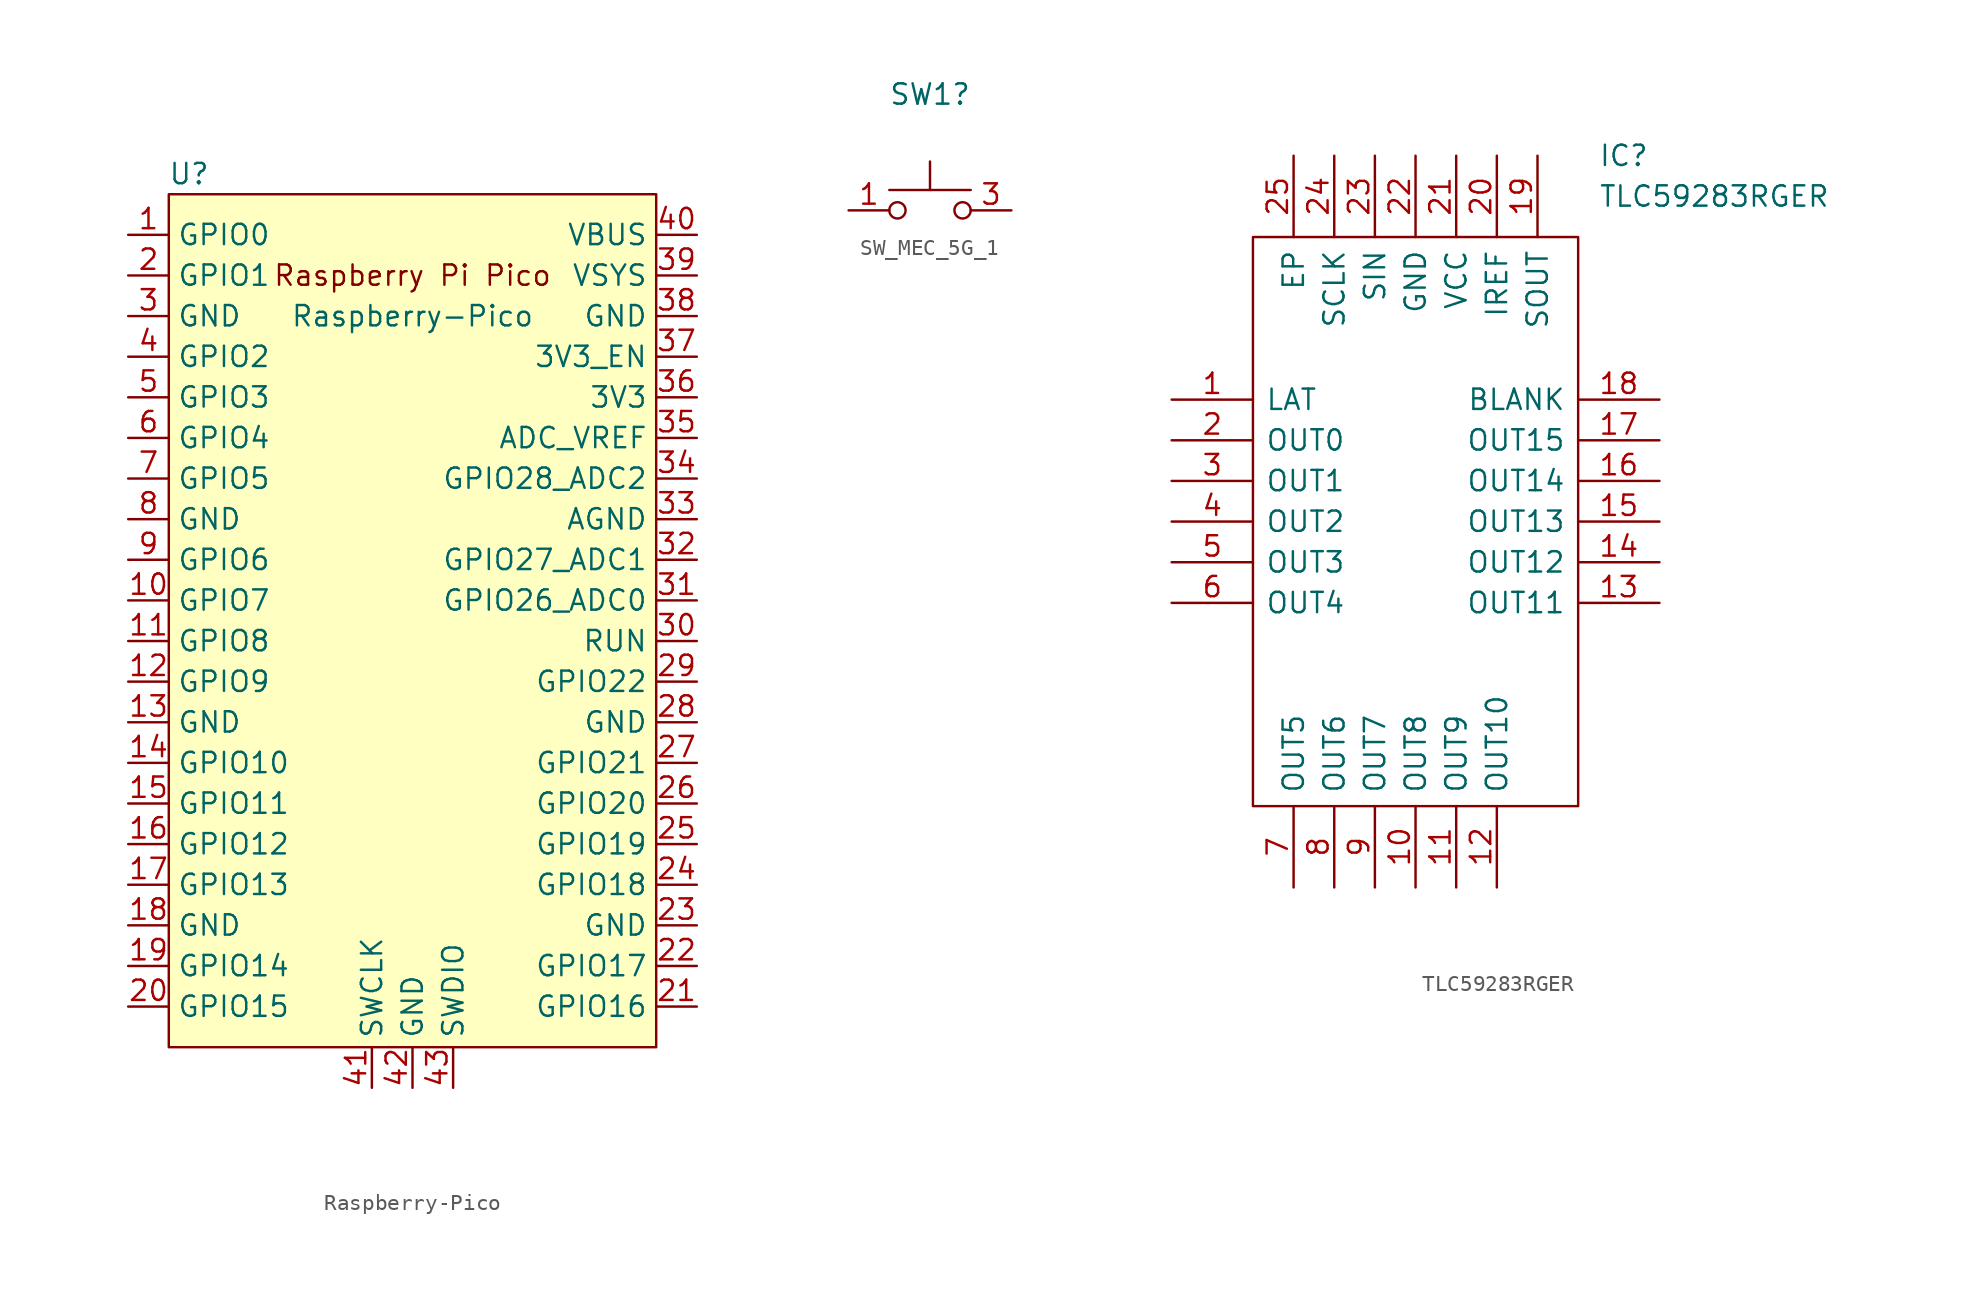
<source format=kicad_sym>
(kicad_symbol_lib
  (version 20211014)
  (generator kicad_symbol_editor)
  (symbol "Raspberry-Pico"
    (property "Reference" "U"
      (at -13.97 27.94 0)
      (effects (font (size 1.27 1.27))))
    (property "Value" "Raspberry-Pico"
      (at 0 19.05 0)
      (effects (font (size 1.27 1.27))))
    (symbol "Raspberry-Pico_0_0"
      (text "Raspberry Pi Pico" (at 0 21.59 0) (effects (font (size 1.27 1.27)))))
    (symbol "Raspberry-Pico_0_1"
      (rectangle (start -15.24 26.67) (end 15.24 -26.67) (stroke (width 0) (type default) (color 0 0 0 0)) (fill (type background))))
    (symbol "Raspberry-Pico_1_1"
      (pin bidirectional line (at -17.78 24.13 0) (length 2.54) (name "GPIO0" (effects (font (size 1.27 1.27)))) (number "1" (effects (font (size 1.27 1.27)))))
      (pin bidirectional line (at -17.78 1.27 0) (length 2.54) (name "GPIO7" (effects (font (size 1.27 1.27)))) (number "10" (effects (font (size 1.27 1.27)))))
      (pin bidirectional line (at -17.78 -1.27 0) (length 2.54) (name "GPIO8" (effects (font (size 1.27 1.27)))) (number "11" (effects (font (size 1.27 1.27)))))
      (pin bidirectional line (at -17.78 -3.81 0) (length 2.54) (name "GPIO9" (effects (font (size 1.27 1.27)))) (number "12" (effects (font (size 1.27 1.27)))))
      (pin power_in line (at -17.78 -6.35 0) (length 2.54) (name "GND" (effects (font (size 1.27 1.27)))) (number "13" (effects (font (size 1.27 1.27)))))
      (pin bidirectional line (at -17.78 -8.89 0) (length 2.54) (name "GPIO10" (effects (font (size 1.27 1.27)))) (number "14" (effects (font (size 1.27 1.27)))))
      (pin bidirectional line (at -17.78 -11.43 0) (length 2.54) (name "GPIO11" (effects (font (size 1.27 1.27)))) (number "15" (effects (font (size 1.27 1.27)))))
      (pin bidirectional line (at -17.78 -13.97 0) (length 2.54) (name "GPIO12" (effects (font (size 1.27 1.27)))) (number "16" (effects (font (size 1.27 1.27)))))
      (pin bidirectional line (at -17.78 -16.51 0) (length 2.54) (name "GPIO13" (effects (font (size 1.27 1.27)))) (number "17" (effects (font (size 1.27 1.27)))))
      (pin power_in line (at -17.78 -19.05 0) (length 2.54) (name "GND" (effects (font (size 1.27 1.27)))) (number "18" (effects (font (size 1.27 1.27)))))
      (pin bidirectional line (at -17.78 -21.59 0) (length 2.54) (name "GPIO14" (effects (font (size 1.27 1.27)))) (number "19" (effects (font (size 1.27 1.27)))))
      (pin bidirectional line (at -17.78 21.59 0) (length 2.54) (name "GPIO1" (effects (font (size 1.27 1.27)))) (number "2" (effects (font (size 1.27 1.27)))))
      (pin bidirectional line (at -17.78 -24.13 0) (length 2.54) (name "GPIO15" (effects (font (size 1.27 1.27)))) (number "20" (effects (font (size 1.27 1.27)))))
      (pin bidirectional line (at 17.78 -24.13 180) (length 2.54) (name "GPIO16" (effects (font (size 1.27 1.27)))) (number "21" (effects (font (size 1.27 1.27)))))
      (pin bidirectional line (at 17.78 -21.59 180) (length 2.54) (name "GPIO17" (effects (font (size 1.27 1.27)))) (number "22" (effects (font (size 1.27 1.27)))))
      (pin power_in line (at 17.78 -19.05 180) (length 2.54) (name "GND" (effects (font (size 1.27 1.27)))) (number "23" (effects (font (size 1.27 1.27)))))
      (pin bidirectional line (at 17.78 -16.51 180) (length 2.54) (name "GPIO18" (effects (font (size 1.27 1.27)))) (number "24" (effects (font (size 1.27 1.27)))))
      (pin bidirectional line (at 17.78 -13.97 180) (length 2.54) (name "GPIO19" (effects (font (size 1.27 1.27)))) (number "25" (effects (font (size 1.27 1.27)))))
      (pin bidirectional line (at 17.78 -11.43 180) (length 2.54) (name "GPIO20" (effects (font (size 1.27 1.27)))) (number "26" (effects (font (size 1.27 1.27)))))
      (pin bidirectional line (at 17.78 -8.89 180) (length 2.54) (name "GPIO21" (effects (font (size 1.27 1.27)))) (number "27" (effects (font (size 1.27 1.27)))))
      (pin power_in line (at 17.78 -6.35 180) (length 2.54) (name "GND" (effects (font (size 1.27 1.27)))) (number "28" (effects (font (size 1.27 1.27)))))
      (pin bidirectional line (at 17.78 -3.81 180) (length 2.54) (name "GPIO22" (effects (font (size 1.27 1.27)))) (number "29" (effects (font (size 1.27 1.27)))))
      (pin power_in line (at -17.78 19.05 0) (length 2.54) (name "GND" (effects (font (size 1.27 1.27)))) (number "3" (effects (font (size 1.27 1.27)))))
      (pin input line (at 17.78 -1.27 180) (length 2.54) (name "RUN" (effects (font (size 1.27 1.27)))) (number "30" (effects (font (size 1.27 1.27)))))
      (pin bidirectional line (at 17.78 1.27 180) (length 2.54) (name "GPIO26_ADC0" (effects (font (size 1.27 1.27)))) (number "31" (effects (font (size 1.27 1.27)))))
      (pin bidirectional line (at 17.78 3.81 180) (length 2.54) (name "GPIO27_ADC1" (effects (font (size 1.27 1.27)))) (number "32" (effects (font (size 1.27 1.27)))))
      (pin power_in line (at 17.78 6.35 180) (length 2.54) (name "AGND" (effects (font (size 1.27 1.27)))) (number "33" (effects (font (size 1.27 1.27)))))
      (pin bidirectional line (at 17.78 8.89 180) (length 2.54) (name "GPIO28_ADC2" (effects (font (size 1.27 1.27)))) (number "34" (effects (font (size 1.27 1.27)))))
      (pin power_in line (at 17.78 11.43 180) (length 2.54) (name "ADC_VREF" (effects (font (size 1.27 1.27)))) (number "35" (effects (font (size 1.27 1.27)))))
      (pin power_in line (at 17.78 13.97 180) (length 2.54) (name "3V3" (effects (font (size 1.27 1.27)))) (number "36" (effects (font (size 1.27 1.27)))))
      (pin input line (at 17.78 16.51 180) (length 2.54) (name "3V3_EN" (effects (font (size 1.27 1.27)))) (number "37" (effects (font (size 1.27 1.27)))))
      (pin bidirectional line (at 17.78 19.05 180) (length 2.54) (name "GND" (effects (font (size 1.27 1.27)))) (number "38" (effects (font (size 1.27 1.27)))))
      (pin power_in line (at 17.78 21.59 180) (length 2.54) (name "VSYS" (effects (font (size 1.27 1.27)))) (number "39" (effects (font (size 1.27 1.27)))))
      (pin bidirectional line (at -17.78 16.51 0) (length 2.54) (name "GPIO2" (effects (font (size 1.27 1.27)))) (number "4" (effects (font (size 1.27 1.27)))))
      (pin power_in line (at 17.78 24.13 180) (length 2.54) (name "VBUS" (effects (font (size 1.27 1.27)))) (number "40" (effects (font (size 1.27 1.27)))))
      (pin input line (at -2.54 -29.21 90) (length 2.54) (name "SWCLK" (effects (font (size 1.27 1.27)))) (number "41" (effects (font (size 1.27 1.27)))))
      (pin power_in line (at 0 -29.21 90) (length 2.54) (name "GND" (effects (font (size 1.27 1.27)))) (number "42" (effects (font (size 1.27 1.27)))))
      (pin bidirectional line (at 2.54 -29.21 90) (length 2.54) (name "SWDIO" (effects (font (size 1.27 1.27)))) (number "43" (effects (font (size 1.27 1.27)))))
      (pin bidirectional line (at -17.78 13.97 0) (length 2.54) (name "GPIO3" (effects (font (size 1.27 1.27)))) (number "5" (effects (font (size 1.27 1.27)))))
      (pin bidirectional line (at -17.78 11.43 0) (length 2.54) (name "GPIO4" (effects (font (size 1.27 1.27)))) (number "6" (effects (font (size 1.27 1.27)))))
      (pin bidirectional line (at -17.78 8.89 0) (length 2.54) (name "GPIO5" (effects (font (size 1.27 1.27)))) (number "7" (effects (font (size 1.27 1.27)))))
      (pin power_in line (at -17.78 6.35 0) (length 2.54) (name "GND" (effects (font (size 1.27 1.27)))) (number "8" (effects (font (size 1.27 1.27)))))
      (pin bidirectional line (at -17.78 3.81 0) (length 2.54) (name "GPIO6" (effects (font (size 1.27 1.27)))) (number "9" (effects (font (size 1.27 1.27)))))))
  (symbol "SW_MEC_5G_1"
    (pin_names
      (offset 1.016) hide)
    (property "Reference" "SW1"
      (at 0 7.239 0)
      (effects (font (size 1.27 1.27))))
    (symbol "SW_MEC_5G_1_0_1"
      (circle (center -2.032 0) (radius 0.508) (stroke (width 0) (type default) (color 0 0 0 0)) (fill (type none)))
      (polyline (pts (xy 0 1.27) (xy 0 3.048)) (stroke (width 0) (type default) (color 0 0 0 0)) (fill (type none)))
      (polyline (pts (xy 2.54 1.27) (xy -2.54 1.27)) (stroke (width 0) (type default) (color 0 0 0 0)) (fill (type none)))
      (circle (center 2.032 0) (radius 0.508) (stroke (width 0) (type default) (color 0 0 0 0)) (fill (type none)))
      (pin passive line (at -5.08 0 0) (length 2.54) (name "A" (effects (font (size 1.27 1.27)))) (number "1" (effects (font (size 1.27 1.27)))))
      (pin passive line (at 5.08 0 180) (length 2.54) (name "B" (effects (font (size 1.27 1.27)))) (number "3" (effects (font (size 1.27 1.27)))))))
  (symbol "TLC59283RGER"
    (pin_names
      (offset 0.762))
    (property "Reference" "IC"
      (at 26.67 15.24 0)
      (effects (font (size 1.27 1.27)) (justify left)))
    (property "Value" "TLC59283RGER"
      (at 26.67 12.7 0)
      (effects (font (size 1.27 1.27)) (justify left)))
    (symbol "TLC59283RGER_0_0"
      (pin passive line (at 0 0 0) (length 5.08) (name "LAT" (effects (font (size 1.27 1.27)))) (number "1" (effects (font (size 1.27 1.27)))))
      (pin passive line (at 15.24 -30.48 90) (length 5.08) (name "OUT8" (effects (font (size 1.27 1.27)))) (number "10" (effects (font (size 1.27 1.27)))))
      (pin passive line (at 17.78 -30.48 90) (length 5.08) (name "OUT9" (effects (font (size 1.27 1.27)))) (number "11" (effects (font (size 1.27 1.27)))))
      (pin passive line (at 20.32 -30.48 90) (length 5.08) (name "OUT10" (effects (font (size 1.27 1.27)))) (number "12" (effects (font (size 1.27 1.27)))))
      (pin passive line (at 30.48 -12.7 180) (length 5.08) (name "OUT11" (effects (font (size 1.27 1.27)))) (number "13" (effects (font (size 1.27 1.27)))))
      (pin passive line (at 30.48 -10.16 180) (length 5.08) (name "OUT12" (effects (font (size 1.27 1.27)))) (number "14" (effects (font (size 1.27 1.27)))))
      (pin passive line (at 30.48 -7.62 180) (length 5.08) (name "OUT13" (effects (font (size 1.27 1.27)))) (number "15" (effects (font (size 1.27 1.27)))))
      (pin passive line (at 30.48 -5.08 180) (length 5.08) (name "OUT14" (effects (font (size 1.27 1.27)))) (number "16" (effects (font (size 1.27 1.27)))))
      (pin passive line (at 30.48 -2.54 180) (length 5.08) (name "OUT15" (effects (font (size 1.27 1.27)))) (number "17" (effects (font (size 1.27 1.27)))))
      (pin passive line (at 30.48 0 180) (length 5.08) (name "BLANK" (effects (font (size 1.27 1.27)))) (number "18" (effects (font (size 1.27 1.27)))))
      (pin passive line (at 22.86 15.24 270) (length 5.08) (name "SOUT" (effects (font (size 1.27 1.27)))) (number "19" (effects (font (size 1.27 1.27)))))
      (pin passive line (at 0 -2.54 0) (length 5.08) (name "OUT0" (effects (font (size 1.27 1.27)))) (number "2" (effects (font (size 1.27 1.27)))))
      (pin passive line (at 20.32 15.24 270) (length 5.08) (name "IREF" (effects (font (size 1.27 1.27)))) (number "20" (effects (font (size 1.27 1.27)))))
      (pin passive line (at 17.78 15.24 270) (length 5.08) (name "VCC" (effects (font (size 1.27 1.27)))) (number "21" (effects (font (size 1.27 1.27)))))
      (pin passive line (at 15.24 15.24 270) (length 5.08) (name "GND" (effects (font (size 1.27 1.27)))) (number "22" (effects (font (size 1.27 1.27)))))
      (pin passive line (at 12.7 15.24 270) (length 5.08) (name "SIN" (effects (font (size 1.27 1.27)))) (number "23" (effects (font (size 1.27 1.27)))))
      (pin passive line (at 10.16 15.24 270) (length 5.08) (name "SCLK" (effects (font (size 1.27 1.27)))) (number "24" (effects (font (size 1.27 1.27)))))
      (pin passive line (at 7.62 15.24 270) (length 5.08) (name "EP" (effects (font (size 1.27 1.27)))) (number "25" (effects (font (size 1.27 1.27)))))
      (pin passive line (at 0 -5.08 0) (length 5.08) (name "OUT1" (effects (font (size 1.27 1.27)))) (number "3" (effects (font (size 1.27 1.27)))))
      (pin passive line (at 0 -7.62 0) (length 5.08) (name "OUT2" (effects (font (size 1.27 1.27)))) (number "4" (effects (font (size 1.27 1.27)))))
      (pin passive line (at 0 -10.16 0) (length 5.08) (name "OUT3" (effects (font (size 1.27 1.27)))) (number "5" (effects (font (size 1.27 1.27)))))
      (pin passive line (at 0 -12.7 0) (length 5.08) (name "OUT4" (effects (font (size 1.27 1.27)))) (number "6" (effects (font (size 1.27 1.27)))))
      (pin passive line (at 7.62 -30.48 90) (length 5.08) (name "OUT5" (effects (font (size 1.27 1.27)))) (number "7" (effects (font (size 1.27 1.27)))))
      (pin passive line (at 10.16 -30.48 90) (length 5.08) (name "OUT6" (effects (font (size 1.27 1.27)))) (number "8" (effects (font (size 1.27 1.27)))))
      (pin passive line (at 12.7 -30.48 90) (length 5.08) (name "OUT7" (effects (font (size 1.27 1.27)))) (number "9" (effects (font (size 1.27 1.27))))))
    (symbol "TLC59283RGER_0_1"
      (polyline (pts (xy 5.08 10.16) (xy 25.4 10.16) (xy 25.4 -25.4) (xy 5.08 -25.4) (xy 5.08 10.16)) (stroke (width 0.152) (type default) (color 0 0 0 0)) (fill (type none))))))
</source>
